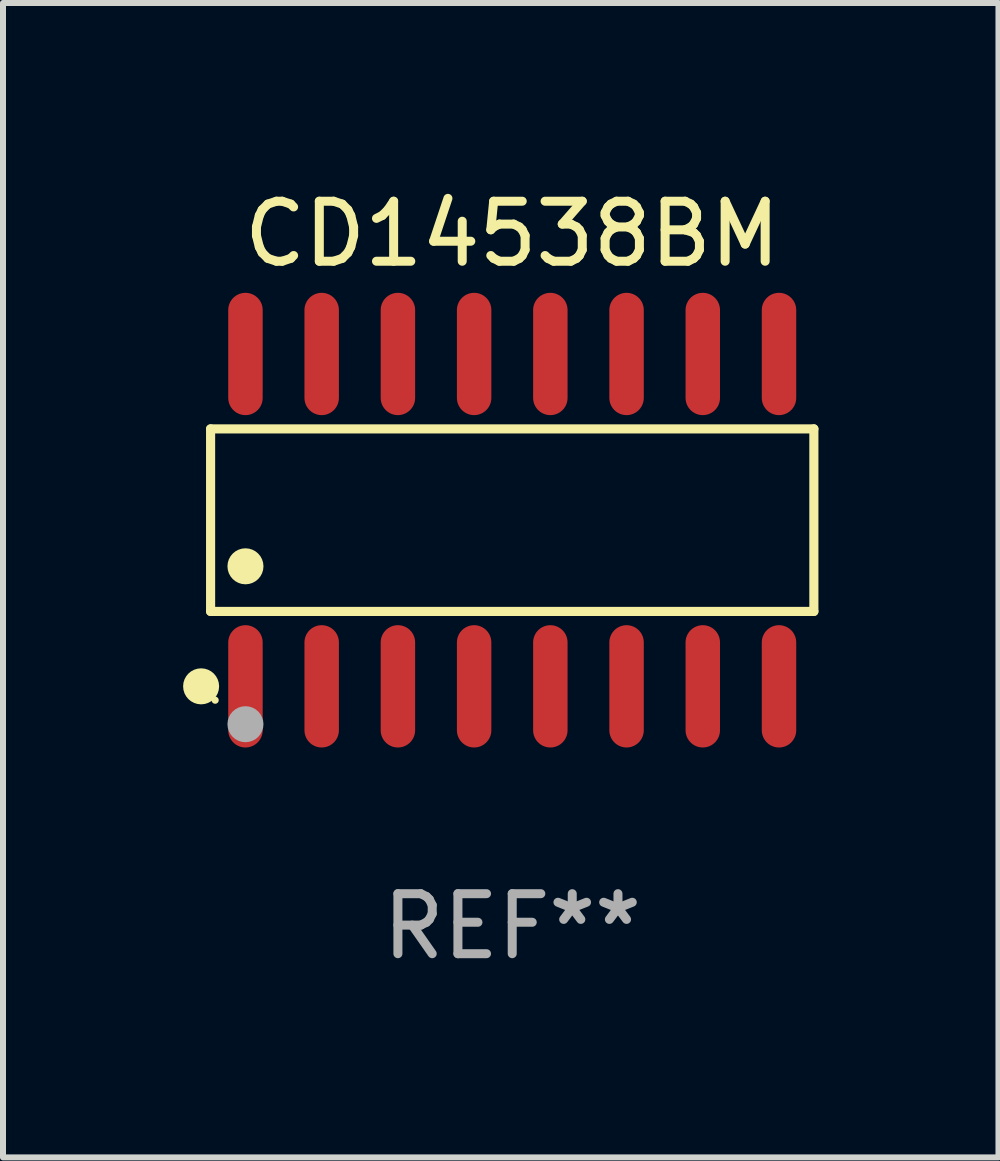
<source format=kicad_pcb>
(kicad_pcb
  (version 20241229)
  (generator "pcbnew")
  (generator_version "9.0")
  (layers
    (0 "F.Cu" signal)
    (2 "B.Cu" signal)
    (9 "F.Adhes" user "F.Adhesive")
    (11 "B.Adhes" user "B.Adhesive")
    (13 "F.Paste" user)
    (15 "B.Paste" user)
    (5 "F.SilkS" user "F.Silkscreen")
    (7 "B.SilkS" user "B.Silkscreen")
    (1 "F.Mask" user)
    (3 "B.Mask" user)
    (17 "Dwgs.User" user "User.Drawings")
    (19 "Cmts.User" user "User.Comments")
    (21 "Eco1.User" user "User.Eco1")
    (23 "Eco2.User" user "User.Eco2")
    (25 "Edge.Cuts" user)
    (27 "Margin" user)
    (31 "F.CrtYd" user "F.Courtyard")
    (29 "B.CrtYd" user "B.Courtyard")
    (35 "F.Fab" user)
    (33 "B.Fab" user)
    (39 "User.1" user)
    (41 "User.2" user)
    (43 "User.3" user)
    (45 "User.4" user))
  (footprint "CD14538BM"
    (layer "F.Cu")
    (at 5.485 5.617)
    (property "Reference" "CD14538BM" (at 0 -4.769 0) (layer "F.SilkS") (effects (font (size 1 1) (thickness 0.15))))
    (attr through_hole)
    (fp_line (start -5.026 -1.521) (end 5.026 -1.521) (stroke (width 0.152) (type solid)) (layer "F.SilkS"))
    (fp_line (start -5.026 1.521) (end -5.026 -1.521) (stroke (width 0.152) (type solid)) (layer "F.SilkS"))
    (fp_line (start 5.026 -1.521) (end 5.026 1.521) (stroke (width 0.152) (type solid)) (layer "F.SilkS"))
    (fp_line (start 5.026 1.521) (end -5.026 1.521) (stroke (width 0.152) (type solid)) (layer "F.SilkS"))
    (fp_circle (center -5.184 2.769) (end -5.034 2.769) (stroke (width 0.3) (type solid)) (fill no) (layer "F.SilkS"))
    (fp_circle (center -4.95 3) (end -4.92 3) (stroke (width 0.06) (type solid)) (fill no) (layer "F.SilkS"))
    (fp_circle (center -4.445 0.769) (end -4.295 0.769) (stroke (width 0.3) (type solid)) (fill no) (layer "F.SilkS"))
    (fp_circle (center -4.445 3.4) (end -4.295 3.4) (stroke (width 0.3) (type solid)) (fill no) (layer "F.Fab"))
    (fp_text user "REF**" (at 0 6.769 0) (layer "F.Fab") (effects (font (size 1 1) (thickness 0.15))))
    (pad "1" smd oval (at -4.445 2.769) (size 0.574 2.038) (layers "F.Cu" "F.Mask" "F.Paste"))
    (pad "2" smd oval (at -3.175 2.769) (size 0.574 2.038) (layers "F.Cu" "F.Mask" "F.Paste"))
    (pad "3" smd oval (at -1.905 2.769) (size 0.574 2.038) (layers "F.Cu" "F.Mask" "F.Paste"))
    (pad "4" smd oval (at -0.635 2.769) (size 0.574 2.038) (layers "F.Cu" "F.Mask" "F.Paste"))
    (pad "5" smd oval (at 0.635 2.769) (size 0.574 2.038) (layers "F.Cu" "F.Mask" "F.Paste"))
    (pad "6" smd oval (at 1.905 2.769) (size 0.574 2.038) (layers "F.Cu" "F.Mask" "F.Paste"))
    (pad "7" smd oval (at 3.175 2.769) (size 0.574 2.038) (layers "F.Cu" "F.Mask" "F.Paste"))
    (pad "8" smd oval (at 4.445 2.769) (size 0.574 2.038) (layers "F.Cu" "F.Mask" "F.Paste"))
    (pad "9" smd oval (at 4.445 -2.769) (size 0.574 2.038) (layers "F.Cu" "F.Mask" "F.Paste"))
    (pad "10" smd oval (at 3.175 -2.769) (size 0.574 2.038) (layers "F.Cu" "F.Mask" "F.Paste"))
    (pad "11" smd oval (at 1.905 -2.769) (size 0.574 2.038) (layers "F.Cu" "F.Mask" "F.Paste"))
    (pad "12" smd oval (at 0.635 -2.769) (size 0.574 2.038) (layers "F.Cu" "F.Mask" "F.Paste"))
    (pad "13" smd oval (at -0.635 -2.769) (size 0.574 2.038) (layers "F.Cu" "F.Mask" "F.Paste"))
    (pad "14" smd oval (at -1.905 -2.769) (size 0.574 2.038) (layers "F.Cu" "F.Mask" "F.Paste"))
    (pad "15" smd oval (at -3.175 -2.769) (size 0.574 2.038) (layers "F.Cu" "F.Mask" "F.Paste"))
    (pad "16" smd oval (at -4.445 -2.769) (size 0.574 2.038) (layers "F.Cu" "F.Mask" "F.Paste")))
  (gr_rect
    (start -3 -3)
    (end 13.587 16.235)
    (stroke (width 0.1) (type default))
    (fill no)
    (layer "Edge.Cuts")))
</source>
